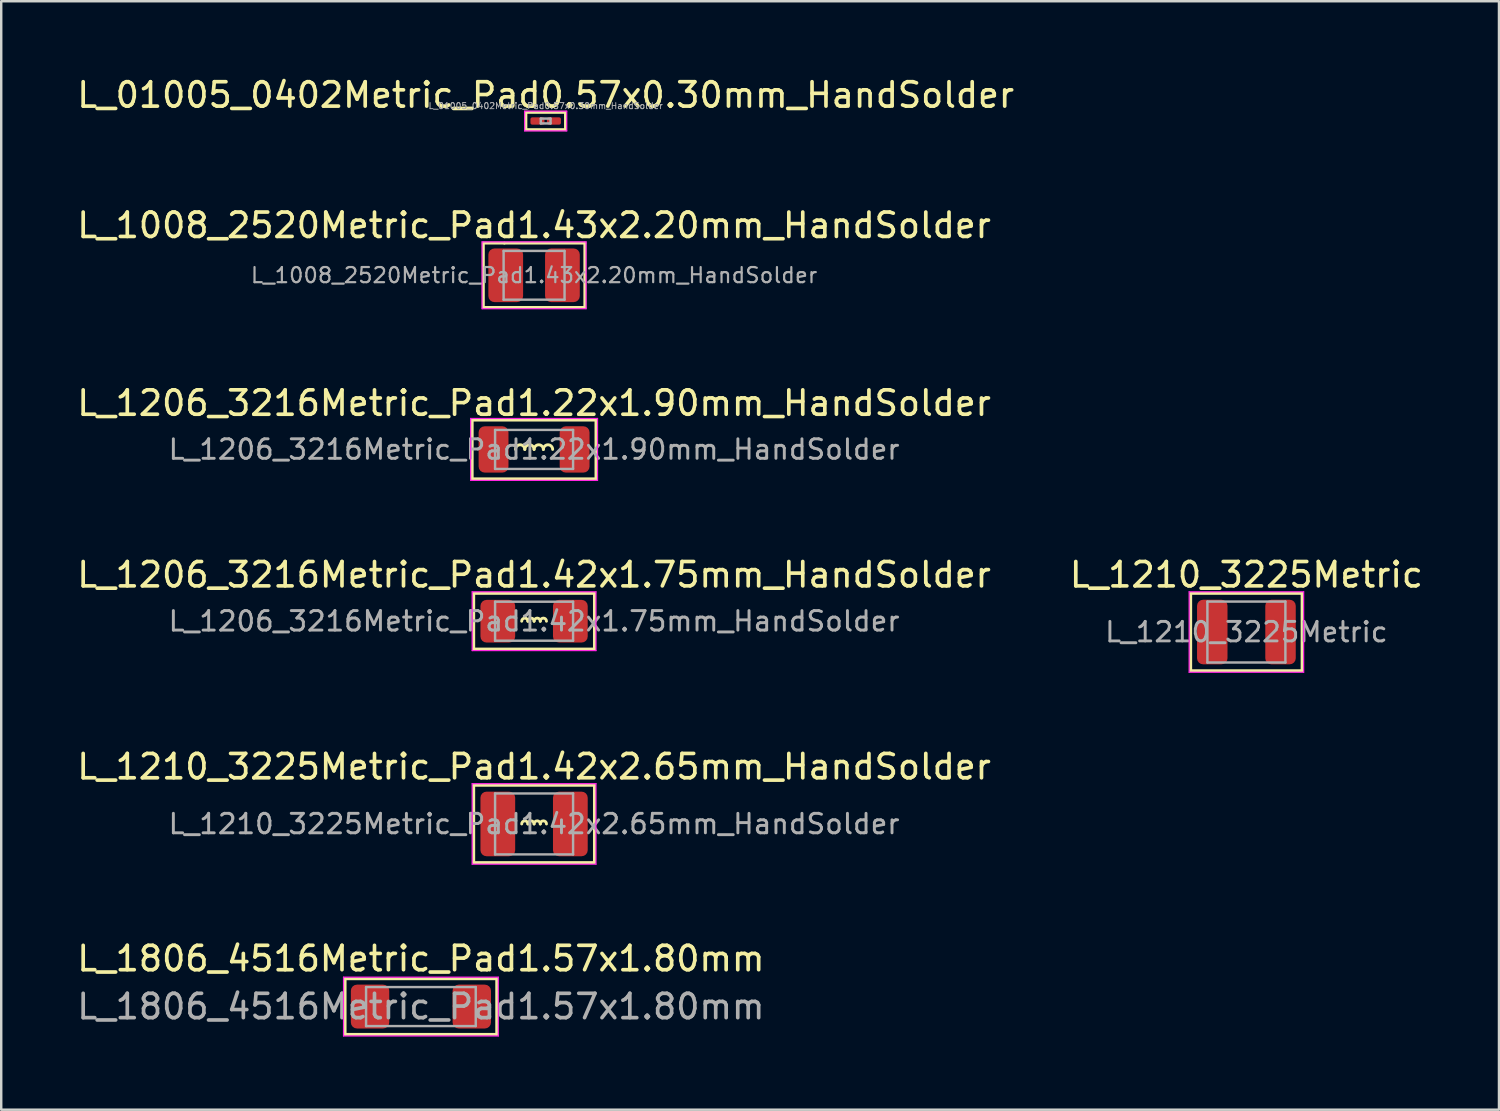
<source format=kicad_pcb>
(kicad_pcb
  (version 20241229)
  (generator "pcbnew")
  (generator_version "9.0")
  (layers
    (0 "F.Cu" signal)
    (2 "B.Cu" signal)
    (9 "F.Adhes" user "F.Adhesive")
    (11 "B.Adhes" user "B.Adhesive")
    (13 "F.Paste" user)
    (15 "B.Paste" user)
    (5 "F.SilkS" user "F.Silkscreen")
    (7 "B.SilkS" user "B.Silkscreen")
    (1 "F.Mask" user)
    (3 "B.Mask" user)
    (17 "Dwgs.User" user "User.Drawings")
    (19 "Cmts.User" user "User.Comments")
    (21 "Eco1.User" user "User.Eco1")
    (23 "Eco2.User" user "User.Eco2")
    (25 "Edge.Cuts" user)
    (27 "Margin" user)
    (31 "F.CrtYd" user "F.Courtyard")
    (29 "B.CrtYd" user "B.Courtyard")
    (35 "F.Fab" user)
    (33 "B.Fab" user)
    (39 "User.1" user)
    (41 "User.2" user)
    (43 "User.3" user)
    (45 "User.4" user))
  (footprint "L_1210_3225Metric_Pad1.42x2.65mm_HandSolder"
    (layer "F.Cu")
    (at 18.863 30.756)
    (property "Reference" "L_1210_3225Metric_Pad1.42x2.65mm_HandSolder" (at 0 -2.349 0) (layer "F.SilkS") (effects (font (size 1 1) (thickness 0.15))))
    (attr smd)
    (fp_line (start -2.477 -1.587) (end 2.477 -1.587) (stroke (width 0.12) (type solid)) (layer "F.SilkS"))
    (fp_line (start -2.477 1.587) (end -2.477 -1.587) (stroke (width 0.12) (type solid)) (layer "F.SilkS"))
    (fp_line (start 2.477 -1.587) (end 2.477 1.587) (stroke (width 0.12) (type solid)) (layer "F.SilkS"))
    (fp_line (start 2.477 1.587) (end -2.477 1.587) (stroke (width 0.12) (type solid)) (layer "F.SilkS"))
    (fp_arc (start -0.508 0) (mid -0.381 -0.127) (end -0.254 0) (stroke (width 0.12) (type solid)) (layer "F.SilkS"))
    (fp_arc (start -0.254 0) (mid -0.127 -0.127) (end 0 0) (stroke (width 0.12) (type solid)) (layer "F.SilkS"))
    (fp_arc (start 0 0) (mid 0.127 -0.127) (end 0.254 0) (stroke (width 0.12) (type solid)) (layer "F.SilkS"))
    (fp_arc (start 0.254 0) (mid 0.381 -0.127) (end 0.508 0) (stroke (width 0.12) (type solid)) (layer "F.SilkS"))
    (fp_line (start -2.54 -1.651) (end 2.54 -1.651) (stroke (width 0.05) (type solid)) (layer "F.CrtYd"))
    (fp_line (start -2.54 1.651) (end -2.54 -1.651) (stroke (width 0.05) (type solid)) (layer "F.CrtYd"))
    (fp_line (start 2.54 -1.651) (end 2.54 1.651) (stroke (width 0.05) (type solid)) (layer "F.CrtYd"))
    (fp_line (start 2.54 1.651) (end -2.54 1.651) (stroke (width 0.05) (type solid)) (layer "F.CrtYd"))
    (fp_line (start -1.6 -1.25) (end 1.6 -1.25) (stroke (width 0.1) (type solid)) (layer "F.Fab"))
    (fp_line (start -1.6 1.25) (end -1.6 -1.25) (stroke (width 0.1) (type solid)) (layer "F.Fab"))
    (fp_line (start 1.6 -1.25) (end 1.6 1.25) (stroke (width 0.1) (type solid)) (layer "F.Fab"))
    (fp_line (start 1.6 1.25) (end -1.6 1.25) (stroke (width 0.1) (type solid)) (layer "F.Fab"))
    (fp_text user "${REFERENCE}" (at 0 0 0) (layer "F.Fab") (effects (font (size 0.8 0.8) (thickness 0.12))))
    (pad "1" smd roundrect (at -1.488 0) (size 1.425 2.65) (layers "F.Cu" "F.Mask" "F.Paste") (roundrect_rratio 0.175))
    (pad "2" smd roundrect (at 1.488 0) (size 1.425 2.65) (layers "F.Cu" "F.Mask" "F.Paste") (roundrect_rratio 0.175)))
  (footprint "L_1206_3216Metric_Pad1.22x1.90mm_HandSolder"
    (layer "F.Cu")
    (at 18.863 15.39)
    (property "Reference" "L_1206_3216Metric_Pad1.22x1.90mm_HandSolder" (at 0 -1.9 0) (layer "F.SilkS") (effects (font (size 1 1) (thickness 0.15))))
    (attr smd)
    (fp_line (start -2.54 -1.206) (end 2.54 -1.206) (stroke (width 0.12) (type solid)) (layer "F.SilkS"))
    (fp_line (start -2.54 1.206) (end -2.54 -1.206) (stroke (width 0.12) (type solid)) (layer "F.SilkS"))
    (fp_line (start 2.54 -1.206) (end 2.54 1.206) (stroke (width 0.12) (type solid)) (layer "F.SilkS"))
    (fp_line (start 2.54 1.206) (end -2.54 1.206) (stroke (width 0.12) (type solid)) (layer "F.SilkS"))
    (fp_arc (start -0.762 0) (mid -0.5715 -0.1905) (end -0.381 0) (stroke (width 0.12) (type solid)) (layer "F.SilkS"))
    (fp_arc (start -0.381 0) (mid -0.1905 -0.1905) (end 0 0) (stroke (width 0.12) (type solid)) (layer "F.SilkS"))
    (fp_arc (start 0 0) (mid 0.1905 -0.1905) (end 0.381 0) (stroke (width 0.12) (type solid)) (layer "F.SilkS"))
    (fp_arc (start 0.381 0) (mid 0.5715 -0.1905) (end 0.762 0) (stroke (width 0.12) (type solid)) (layer "F.SilkS"))
    (fp_line (start -2.603 -1.27) (end 2.603 -1.27) (stroke (width 0.05) (type solid)) (layer "F.CrtYd"))
    (fp_line (start -2.603 1.27) (end -2.603 -1.27) (stroke (width 0.05) (type solid)) (layer "F.CrtYd"))
    (fp_line (start 2.603 -1.27) (end 2.603 1.27) (stroke (width 0.05) (type solid)) (layer "F.CrtYd"))
    (fp_line (start 2.603 1.27) (end -2.603 1.27) (stroke (width 0.05) (type solid)) (layer "F.CrtYd"))
    (fp_line (start -1.6 -0.8) (end 1.6 -0.8) (stroke (width 0.1) (type solid)) (layer "F.Fab"))
    (fp_line (start -1.6 0.8) (end -1.6 -0.8) (stroke (width 0.1) (type solid)) (layer "F.Fab"))
    (fp_line (start 1.6 -0.8) (end 1.6 0.8) (stroke (width 0.1) (type solid)) (layer "F.Fab"))
    (fp_line (start 1.6 0.8) (end -1.6 0.8) (stroke (width 0.1) (type solid)) (layer "F.Fab"))
    (fp_text user "${REFERENCE}" (at 0 0 0) (layer "F.Fab") (effects (font (size 0.8 0.8) (thickness 0.12))))
    (pad "1" smd roundrect (at -1.663 0) (size 1.225 1.9) (layers "F.Cu" "F.Mask" "F.Paste") (roundrect_rratio 0.204))
    (pad "2" smd roundrect (at 1.663 0) (size 1.225 1.9) (layers "F.Cu" "F.Mask" "F.Paste") (roundrect_rratio 0.204)))
  (footprint "L_1210_3225Metric"
    (layer "F.Cu")
    (at 48.089 22.882)
    (property "Reference" "L_1210_3225Metric" (at 0 -2.349 0) (layer "F.SilkS") (effects (font (size 1 1) (thickness 0.15))))
    (attr smd)
    (fp_line (start -2.286 -1.587) (end 2.286 -1.587) (stroke (width 0.12) (type solid)) (layer "F.SilkS"))
    (fp_line (start -2.286 1.587) (end -2.286 -1.587) (stroke (width 0.12) (type solid)) (layer "F.SilkS"))
    (fp_line (start 2.286 -1.587) (end 2.286 1.587) (stroke (width 0.12) (type solid)) (layer "F.SilkS"))
    (fp_line (start 2.286 1.587) (end -2.286 1.587) (stroke (width 0.12) (type solid)) (layer "F.SilkS"))
    (fp_line (start -2.349 -1.651) (end 2.349 -1.651) (stroke (width 0.05) (type solid)) (layer "F.CrtYd"))
    (fp_line (start -2.349 1.651) (end -2.349 -1.651) (stroke (width 0.05) (type solid)) (layer "F.CrtYd"))
    (fp_line (start 2.349 -1.651) (end 2.349 1.651) (stroke (width 0.05) (type solid)) (layer "F.CrtYd"))
    (fp_line (start 2.349 1.651) (end -2.349 1.651) (stroke (width 0.05) (type solid)) (layer "F.CrtYd"))
    (fp_line (start -1.6 -1.25) (end 1.6 -1.25) (stroke (width 0.1) (type solid)) (layer "F.Fab"))
    (fp_line (start -1.6 1.25) (end -1.6 -1.25) (stroke (width 0.1) (type solid)) (layer "F.Fab"))
    (fp_line (start 1.6 -1.25) (end 1.6 1.25) (stroke (width 0.1) (type solid)) (layer "F.Fab"))
    (fp_line (start 1.6 1.25) (end -1.6 1.25) (stroke (width 0.1) (type solid)) (layer "F.Fab"))
    (fp_text user "${REFERENCE}" (at 0 0 0) (layer "F.Fab") (effects (font (size 0.8 0.8) (thickness 0.12))))
    (pad "1" smd roundrect (at -1.4 0) (size 1.25 2.65) (layers "F.Cu" "F.Mask" "F.Paste") (roundrect_rratio 0.2))
    (pad "2" smd roundrect (at 1.4 0) (size 1.25 2.65) (layers "F.Cu" "F.Mask" "F.Paste") (roundrect_rratio 0.2)))
  (footprint "L_1008_2520Metric_Pad1.43x2.20mm_HandSolder"
    (layer "F.Cu")
    (at 18.863 8.245)
    (property "Reference" "L_1008_2520Metric_Pad1.43x2.20mm_HandSolder" (at 0 -2.05 0) (layer "F.SilkS") (effects (font (size 1 1) (thickness 0.15))))
    (attr smd)
    (fp_line (start -2.083 -1.321) (end -1.219 -1.321) (stroke (width 0.12) (type solid)) (layer "F.SilkS"))
    (fp_line (start -2.083 1.321) (end -2.083 -1.321) (stroke (width 0.12) (type solid)) (layer "F.SilkS"))
    (fp_line (start -1.219 -1.321) (end 2.083 -1.321) (stroke (width 0.12) (type solid)) (layer "F.SilkS"))
    (fp_line (start 2.083 -1.321) (end 2.083 1.321) (stroke (width 0.12) (type solid)) (layer "F.SilkS"))
    (fp_line (start 2.083 1.321) (end -2.083 1.321) (stroke (width 0.12) (type solid)) (layer "F.SilkS"))
    (fp_line (start -2.134 -1.372) (end 2.134 -1.372) (stroke (width 0.05) (type solid)) (layer "F.CrtYd"))
    (fp_line (start -2.134 1.372) (end -2.134 -1.372) (stroke (width 0.05) (type solid)) (layer "F.CrtYd"))
    (fp_line (start 2.134 -1.372) (end 2.134 1.372) (stroke (width 0.05) (type solid)) (layer "F.CrtYd"))
    (fp_line (start 2.134 1.372) (end -2.134 1.372) (stroke (width 0.05) (type solid)) (layer "F.CrtYd"))
    (fp_line (start -1.25 -1) (end 1.25 -1) (stroke (width 0.1) (type solid)) (layer "F.Fab"))
    (fp_line (start -1.25 1) (end -1.25 -1) (stroke (width 0.1) (type solid)) (layer "F.Fab"))
    (fp_line (start 1.25 -1) (end 1.25 1) (stroke (width 0.1) (type solid)) (layer "F.Fab"))
    (fp_line (start 1.25 1) (end -1.25 1) (stroke (width 0.1) (type solid)) (layer "F.Fab"))
    (fp_text user "${REFERENCE}" (at 0 0 0) (layer "F.Fab") (effects (font (size 0.62 0.62) (thickness 0.09))))
    (pad "1" smd roundrect (at -1.163 0) (size 1.425 2.2) (layers "F.Cu" "F.Mask" "F.Paste") (roundrect_rratio 0.175))
    (pad "2" smd roundrect (at 1.163 0) (size 1.425 2.2) (layers "F.Cu" "F.Mask" "F.Paste") (roundrect_rratio 0.175)))
  (footprint "L_01005_0402Metric_Pad0.57x0.30mm_HandSolder"
    (layer "F.Cu")
    (at 19.339 1.915)
    (property "Reference" "L_01005_0402Metric_Pad0.57x0.30mm_HandSolder" (at 0 -1.067 0) (layer "F.SilkS") (effects (font (size 1 1) (thickness 0.15))))
    (attr smd)
    (fp_line (start -0.813 -0.356) (end 0.813 -0.356) (stroke (width 0.12) (type solid)) (layer "F.SilkS"))
    (fp_line (start -0.813 0.356) (end -0.813 -0.356) (stroke (width 0.12) (type solid)) (layer "F.SilkS"))
    (fp_line (start 0.813 -0.356) (end 0.813 0.356) (stroke (width 0.12) (type solid)) (layer "F.SilkS"))
    (fp_line (start 0.813 0.356) (end -0.813 0.356) (stroke (width 0.12) (type solid)) (layer "F.SilkS"))
    (fp_line (start -0.864 -0.406) (end 0.864 -0.406) (stroke (width 0.05) (type solid)) (layer "F.CrtYd"))
    (fp_line (start -0.864 0.406) (end -0.864 -0.406) (stroke (width 0.05) (type solid)) (layer "F.CrtYd"))
    (fp_line (start 0.864 -0.406) (end 0.864 0.406) (stroke (width 0.05) (type solid)) (layer "F.CrtYd"))
    (fp_line (start 0.864 0.406) (end -0.864 0.406) (stroke (width 0.05) (type solid)) (layer "F.CrtYd"))
    (fp_line (start -0.2 -0.1) (end 0.2 -0.1) (stroke (width 0.1) (type solid)) (layer "F.Fab"))
    (fp_line (start -0.2 0.1) (end -0.2 -0.1) (stroke (width 0.1) (type solid)) (layer "F.Fab"))
    (fp_line (start 0.2 -0.1) (end 0.2 0.1) (stroke (width 0.1) (type solid)) (layer "F.Fab"))
    (fp_line (start 0.2 0.1) (end -0.2 0.1) (stroke (width 0.1) (type solid)) (layer "F.Fab"))
    (fp_text user "${REFERENCE}" (at 0 -0.62 0) (layer "F.Fab") (effects (font (size 0.25 0.25) (thickness 0.04))))
    (pad "" smd roundrect (at -0.362 0) (size 0.41 0.27) (layers "F.Paste") (roundrect_rratio 0.25))
    (pad "" smd roundrect (at 0.362 0) (size 0.41 0.27) (layers "F.Paste") (roundrect_rratio 0.25))
    (pad "1" smd roundrect (at -0.338 0) (size 0.575 0.3) (layers "F.Cu" "F.Mask") (roundrect_rratio 0.25))
    (pad "2" smd roundrect (at 0.338 0) (size 0.575 0.3) (layers "F.Cu" "F.Mask") (roundrect_rratio 0.25)))
  (footprint "L_1206_3216Metric_Pad1.42x1.75mm_HandSolder"
    (layer "F.Cu")
    (at 18.863 22.438)
    (property "Reference" "L_1206_3216Metric_Pad1.42x1.75mm_HandSolder" (at 0 -1.905 0) (layer "F.SilkS") (effects (font (size 1 1) (thickness 0.15))))
    (attr smd)
    (fp_line (start -2.477 -1.143) (end 2.477 -1.143) (stroke (width 0.12) (type solid)) (layer "F.SilkS"))
    (fp_line (start -2.477 1.143) (end -2.477 -1.143) (stroke (width 0.12) (type solid)) (layer "F.SilkS"))
    (fp_line (start 2.477 -1.143) (end 2.477 1.143) (stroke (width 0.12) (type solid)) (layer "F.SilkS"))
    (fp_line (start 2.477 1.143) (end -2.477 1.143) (stroke (width 0.12) (type solid)) (layer "F.SilkS"))
    (fp_arc (start -0.508 0) (mid -0.381 -0.127) (end -0.254 0) (stroke (width 0.12) (type solid)) (layer "F.SilkS"))
    (fp_arc (start -0.254 0) (mid -0.127 -0.127) (end 0 0) (stroke (width 0.12) (type solid)) (layer "F.SilkS"))
    (fp_arc (start 0 0) (mid 0.127 -0.127) (end 0.254 0) (stroke (width 0.12) (type solid)) (layer "F.SilkS"))
    (fp_arc (start 0.254 0) (mid 0.381 -0.127) (end 0.508 0) (stroke (width 0.12) (type solid)) (layer "F.SilkS"))
    (fp_line (start -2.54 -1.206) (end 2.54 -1.206) (stroke (width 0.05) (type solid)) (layer "F.CrtYd"))
    (fp_line (start -2.54 1.206) (end -2.54 -1.206) (stroke (width 0.05) (type solid)) (layer "F.CrtYd"))
    (fp_line (start 2.54 -1.206) (end 2.54 1.206) (stroke (width 0.05) (type solid)) (layer "F.CrtYd"))
    (fp_line (start 2.54 1.206) (end -2.54 1.206) (stroke (width 0.05) (type solid)) (layer "F.CrtYd"))
    (fp_line (start -1.6 -0.8) (end 1.6 -0.8) (stroke (width 0.1) (type solid)) (layer "F.Fab"))
    (fp_line (start -1.6 0.8) (end -1.6 -0.8) (stroke (width 0.1) (type solid)) (layer "F.Fab"))
    (fp_line (start 1.6 -0.8) (end 1.6 0.8) (stroke (width 0.1) (type solid)) (layer "F.Fab"))
    (fp_line (start 1.6 0.8) (end -1.6 0.8) (stroke (width 0.1) (type solid)) (layer "F.Fab"))
    (fp_text user "${REFERENCE}" (at 0 0 0) (layer "F.Fab") (effects (font (size 0.8 0.8) (thickness 0.12))))
    (pad "1" smd roundrect (at -1.488 0) (size 1.425 1.75) (layers "F.Cu" "F.Mask" "F.Paste") (roundrect_rratio 0.175))
    (pad "2" smd roundrect (at 1.488 0) (size 1.425 1.75) (layers "F.Cu" "F.Mask" "F.Paste") (roundrect_rratio 0.175)))
  (footprint "L_1806_4516Metric_Pad1.57x1.80mm"
    (layer "F.Cu")
    (at 14.22 38.249)
    (property "Reference" "L_1806_4516Metric_Pad1.57x1.80mm" (at 0 -1.968 0) (layer "F.SilkS") (effects (font (size 1 1) (thickness 0.15))))
    (attr smd)
    (fp_line (start -3.111 -1.143) (end 3.111 -1.143) (stroke (width 0.12) (type solid)) (layer "F.SilkS"))
    (fp_line (start -3.111 1.143) (end -3.111 -1.143) (stroke (width 0.12) (type solid)) (layer "F.SilkS"))
    (fp_line (start 3.111 -1.143) (end 3.111 1.143) (stroke (width 0.12) (type solid)) (layer "F.SilkS"))
    (fp_line (start 3.111 1.143) (end -3.111 1.143) (stroke (width 0.12) (type solid)) (layer "F.SilkS"))
    (fp_line (start -3.175 -1.206) (end 3.175 -1.206) (stroke (width 0.05) (type solid)) (layer "F.CrtYd"))
    (fp_line (start -3.175 1.206) (end -3.175 -1.206) (stroke (width 0.05) (type solid)) (layer "F.CrtYd"))
    (fp_line (start 3.175 -1.206) (end 3.175 1.206) (stroke (width 0.05) (type solid)) (layer "F.CrtYd"))
    (fp_line (start 3.175 1.206) (end -3.175 1.206) (stroke (width 0.05) (type solid)) (layer "F.CrtYd"))
    (fp_line (start -2.25 -0.8) (end 2.25 -0.8) (stroke (width 0.1) (type solid)) (layer "F.Fab"))
    (fp_line (start -2.25 0.8) (end -2.25 -0.8) (stroke (width 0.1) (type solid)) (layer "F.Fab"))
    (fp_line (start 2.25 -0.8) (end 2.25 0.8) (stroke (width 0.1) (type solid)) (layer "F.Fab"))
    (fp_line (start 2.25 0.8) (end -2.25 0.8) (stroke (width 0.1) (type solid)) (layer "F.Fab"))
    (fp_text user "${REFERENCE}" (at 0 0 0) (layer "F.Fab") (effects (font (size 1 1) (thickness 0.15))))
    (pad "1" smd roundrect (at -2.087 0) (size 1.575 1.8) (layers "F.Cu" "F.Mask" "F.Paste") (roundrect_rratio 0.159))
    (pad "2" smd roundrect (at 2.087 0) (size 1.575 1.8) (layers "F.Cu" "F.Mask" "F.Paste") (roundrect_rratio 0.159)))
  (gr_rect
    (start -3 -3)
    (end 58.452 42.48)
    (stroke (width 0.1) (type default))
    (fill no)
    (layer "Edge.Cuts")))
</source>
